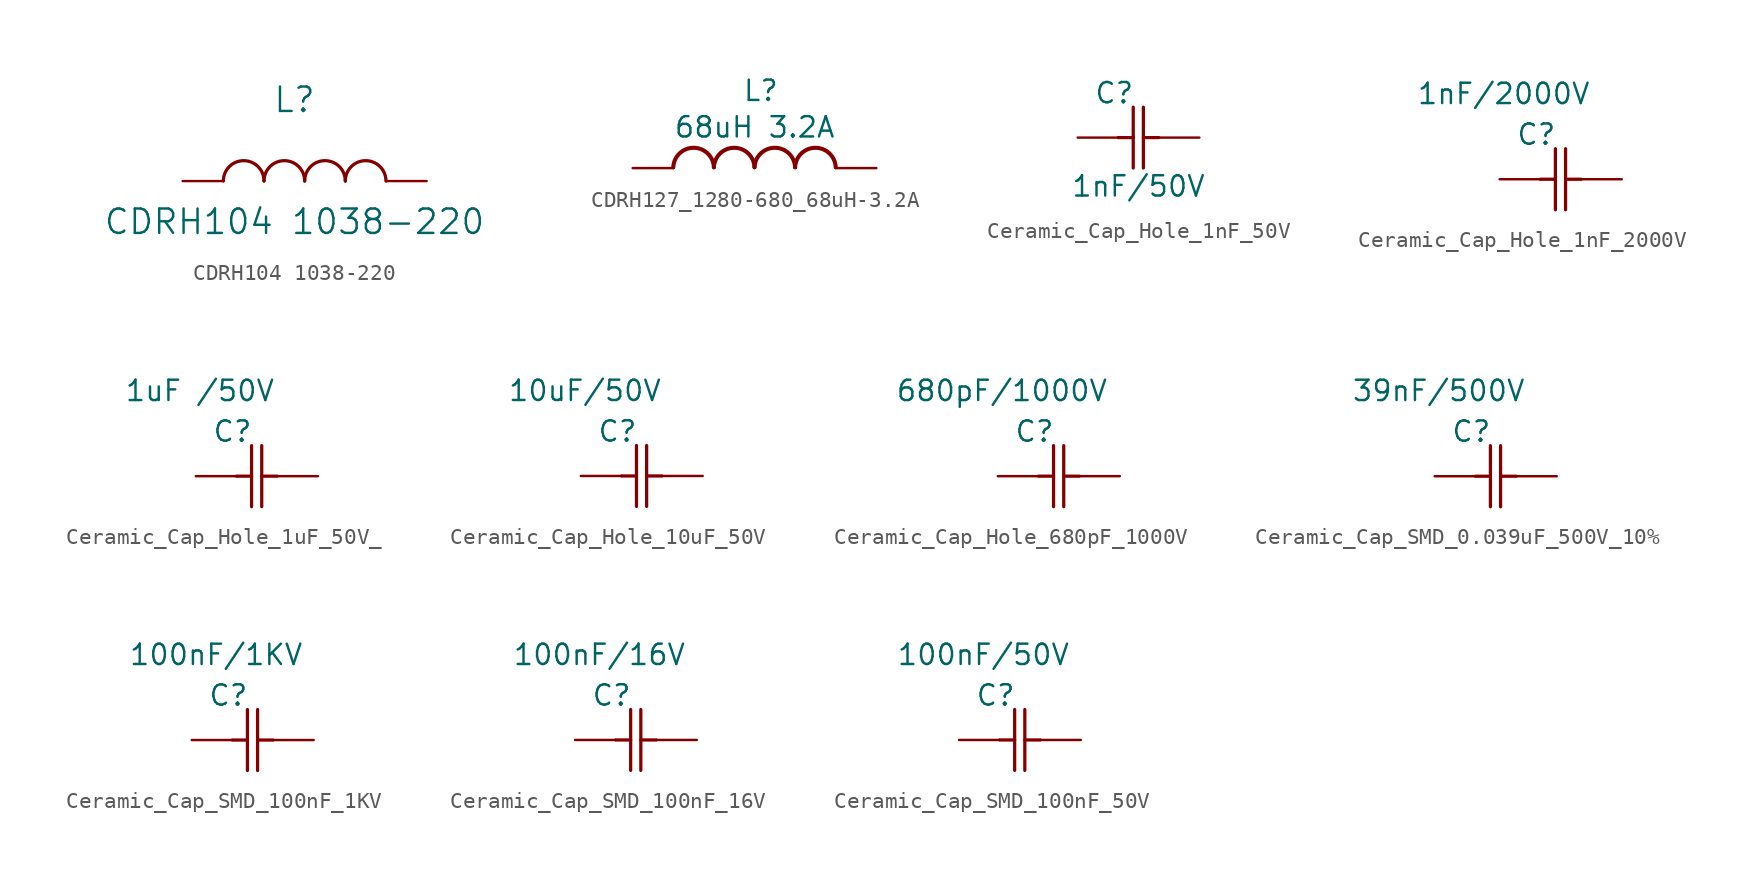
<source format=kicad_sym>
(kicad_symbol_lib
  (version 20231120)
  (generator "kicad_symbol_editor")
  (generator_version "8.0")
  (symbol "CDRH104 1038-220"
    (pin_numbers hide)
    (pin_names
      (offset 0.254) hide)
    (property "Reference" "L"
      (at 6.985 5.08 0)
      (effects (font (size 1.524 1.524))))
    (property "Value" "CDRH104 1038-220"
      (at 6.985 -2.54 0)
      (effects (font (size 1.524 1.524))))
    (symbol "CDRH104 1038-220_0_1"
      (arc (start 5.08 0.0056) (mid 3.81 1.27) (end 2.54 0.0056) (stroke (width 0.2032) (type default)) (fill (type none)))
      (arc (start 7.62 0.0056) (mid 6.35 1.27) (end 5.08 0.0056) (stroke (width 0.2032) (type default)) (fill (type none)))
      (arc (start 10.16 0.0056) (mid 8.89 1.27) (end 7.62 0.0056) (stroke (width 0.2032) (type default)) (fill (type none)))
      (arc (start 12.7 0.0056) (mid 11.43 1.27) (end 10.16 0.0056) (stroke (width 0.2032) (type default)) (fill (type none)))
      (pin unspecified line (at 15.24 0 180) (length 2.54) (name "1" (effects (font (size 1.27 1.27)))) (number "1" (effects (font (size 1.27 1.27)))))
      (pin unspecified line (at 0 0 0) (length 2.54) (name "2" (effects (font (size 1.27 1.27)))) (number "2" (effects (font (size 1.27 1.27)))))))
  (symbol "CDRH127_1280-680_68uH-3.2A"
    (pin_numbers hide)
    (pin_names hide)
    (property "Reference" "L"
      (at 6.858 5.588 0)
      (effects (font (size 1.27 1.27)) (justify left top)))
    (property "Value" "68uH 3.2A"
      (at 2.54 3.302 0)
      (effects (font (size 1.27 1.27)) (justify left top)))
    (symbol "CDRH127_1280-680_68uH-3.2A_1_1"
      (arc (start 5.08 0.0521) (mid 3.81 1.2711) (end 2.54 0.0521) (stroke (width 0.254) (type default)) (fill (type none)))
      (arc (start 7.62 0.0521) (mid 6.35 1.2711) (end 5.08 0.0521) (stroke (width 0.254) (type default)) (fill (type none)))
      (arc (start 10.16 0.0521) (mid 8.89 1.2711) (end 7.62 0.0521) (stroke (width 0.254) (type default)) (fill (type none)))
      (arc (start 12.7 0.0521) (mid 11.43 1.2711) (end 10.16 0.0521) (stroke (width 0.254) (type default)) (fill (type none)))
      (pin passive line (at 0 0 0) (length 2.54) (name "1" (effects (font (size 1.27 1.27)))) (number "1" (effects (font (size 1.27 1.27)))))
      (pin passive line (at 15.24 0 180) (length 2.54) (name "2" (effects (font (size 1.27 1.27)))) (number "2" (effects (font (size 1.27 1.27)))))))
  (symbol "Ceramic_Cap_Hole_1nF_50V"
    (pin_numbers hide)
    (pin_names hide)
    (property "Reference" "C"
      (at 2.286 2.794 0)
      (effects (font (size 1.27 1.27))))
    (property "Value" "1nF/50V"
      (at 3.81 -3.048 0)
      (effects (font (size 1.27 1.27))))
    (symbol "Ceramic_Cap_Hole_1nF_50V_1_1"
      (polyline (pts (xy 2.54 0) (xy 3.48 0)) (stroke (width 0.203) (type default)) (fill (type none)))
      (polyline (pts (xy 3.48 -1.905) (xy 3.48 1.905)) (stroke (width 0.203) (type default)) (fill (type none)))
      (polyline (pts (xy 4.115 -1.905) (xy 4.115 1.905)) (stroke (width 0.203) (type default)) (fill (type none)))
      (polyline (pts (xy 4.115 0) (xy 5.08 0)) (stroke (width 0.203) (type default)) (fill (type none)))
      (pin unspecified line (at 0 0 0) (length 2.54) (name "" (effects (font (size 1.27 1.27)))) (number "1" (effects (font (size 1.27 1.27)))))
      (pin unspecified line (at 7.62 0 180) (length 2.54) (name "" (effects (font (size 1.27 1.27)))) (number "2" (effects (font (size 1.27 1.27)))))))
  (symbol "Ceramic_Cap_Hole_1nF_2000V"
    (pin_numbers hide)
    (pin_names hide)
    (property "Reference" "C"
      (at 2.286 2.794 0)
      (effects (font (size 1.27 1.27))))
    (property "Value" "1nF/2000V"
      (at 0.254 5.334 0)
      (effects (font (size 1.27 1.27))))
    (symbol "Ceramic_Cap_Hole_1nF_2000V_1_1"
      (polyline (pts (xy 2.54 0) (xy 3.48 0)) (stroke (width 0.203) (type default)) (fill (type none)))
      (polyline (pts (xy 3.48 -1.905) (xy 3.48 1.905)) (stroke (width 0.203) (type default)) (fill (type none)))
      (polyline (pts (xy 4.115 -1.905) (xy 4.115 1.905)) (stroke (width 0.203) (type default)) (fill (type none)))
      (polyline (pts (xy 4.115 0) (xy 5.08 0)) (stroke (width 0.203) (type default)) (fill (type none)))
      (pin unspecified line (at 0 0 0) (length 2.54) (name "" (effects (font (size 1.27 1.27)))) (number "1" (effects (font (size 1.27 1.27)))))
      (pin unspecified line (at 7.62 0 180) (length 2.54) (name "" (effects (font (size 1.27 1.27)))) (number "2" (effects (font (size 1.27 1.27)))))))
  (symbol "Ceramic_Cap_Hole_1uF_50V_"
    (pin_numbers hide)
    (pin_names hide)
    (property "Reference" "C"
      (at 2.286 2.794 0)
      (effects (font (size 1.27 1.27))))
    (property "Value" "1uF /50V"
      (at 0.254 5.334 0)
      (effects (font (size 1.27 1.27))))
    (symbol "Ceramic_Cap_Hole_1uF_50V__1_1"
      (polyline (pts (xy 2.54 0) (xy 3.48 0)) (stroke (width 0.203) (type default)) (fill (type none)))
      (polyline (pts (xy 3.48 -1.905) (xy 3.48 1.905)) (stroke (width 0.203) (type default)) (fill (type none)))
      (polyline (pts (xy 4.115 -1.905) (xy 4.115 1.905)) (stroke (width 0.203) (type default)) (fill (type none)))
      (polyline (pts (xy 4.115 0) (xy 5.08 0)) (stroke (width 0.203) (type default)) (fill (type none)))
      (pin unspecified line (at 0 0 0) (length 2.54) (name "" (effects (font (size 1.27 1.27)))) (number "1" (effects (font (size 1.27 1.27)))))
      (pin unspecified line (at 7.62 0 180) (length 2.54) (name "" (effects (font (size 1.27 1.27)))) (number "2" (effects (font (size 1.27 1.27)))))))
  (symbol "Ceramic_Cap_Hole_10uF_50V"
    (pin_numbers hide)
    (pin_names hide)
    (property "Reference" "C"
      (at 2.286 2.794 0)
      (effects (font (size 1.27 1.27))))
    (property "Value" "10uF/50V"
      (at 0.254 5.334 0)
      (effects (font (size 1.27 1.27))))
    (symbol "Ceramic_Cap_Hole_10uF_50V_1_1"
      (polyline (pts (xy 2.54 0) (xy 3.48 0)) (stroke (width 0.203) (type default)) (fill (type none)))
      (polyline (pts (xy 3.48 -1.905) (xy 3.48 1.905)) (stroke (width 0.203) (type default)) (fill (type none)))
      (polyline (pts (xy 4.115 -1.905) (xy 4.115 1.905)) (stroke (width 0.203) (type default)) (fill (type none)))
      (polyline (pts (xy 4.115 0) (xy 5.08 0)) (stroke (width 0.203) (type default)) (fill (type none)))
      (pin unspecified line (at 0 0 0) (length 2.54) (name "" (effects (font (size 1.27 1.27)))) (number "1" (effects (font (size 1.27 1.27)))))
      (pin unspecified line (at 7.62 0 180) (length 2.54) (name "" (effects (font (size 1.27 1.27)))) (number "2" (effects (font (size 1.27 1.27)))))))
  (symbol "Ceramic_Cap_Hole_680pF_1000V"
    (pin_numbers hide)
    (pin_names hide)
    (property "Reference" "C"
      (at 2.286 2.794 0)
      (effects (font (size 1.27 1.27))))
    (property "Value" "680pF/1000V"
      (at 0.254 5.334 0)
      (effects (font (size 1.27 1.27))))
    (symbol "Ceramic_Cap_Hole_680pF_1000V_1_1"
      (polyline (pts (xy 2.54 0) (xy 3.48 0)) (stroke (width 0.203) (type default)) (fill (type none)))
      (polyline (pts (xy 3.48 -1.905) (xy 3.48 1.905)) (stroke (width 0.203) (type default)) (fill (type none)))
      (polyline (pts (xy 4.115 -1.905) (xy 4.115 1.905)) (stroke (width 0.203) (type default)) (fill (type none)))
      (polyline (pts (xy 4.115 0) (xy 5.08 0)) (stroke (width 0.203) (type default)) (fill (type none)))
      (pin unspecified line (at 0 0 0) (length 2.54) (name "" (effects (font (size 1.27 1.27)))) (number "1" (effects (font (size 1.27 1.27)))))
      (pin unspecified line (at 7.62 0 180) (length 2.54) (name "" (effects (font (size 1.27 1.27)))) (number "2" (effects (font (size 1.27 1.27)))))))
  (symbol "Ceramic_Cap_SMD_0.039uF_500V_10%"
    (pin_numbers hide)
    (pin_names hide)
    (property "Reference" "C"
      (at 2.286 2.794 0)
      (effects (font (size 1.27 1.27))))
    (property "Value" "39nF/500V"
      (at 0.254 5.334 0)
      (effects (font (size 1.27 1.27))))
    (symbol "Ceramic_Cap_SMD_0.039uF_500V_10%_1_1"
      (polyline (pts (xy 2.54 0) (xy 3.48 0)) (stroke (width 0.203) (type default)) (fill (type none)))
      (polyline (pts (xy 3.48 -1.905) (xy 3.48 1.905)) (stroke (width 0.203) (type default)) (fill (type none)))
      (polyline (pts (xy 4.115 -1.905) (xy 4.115 1.905)) (stroke (width 0.203) (type default)) (fill (type none)))
      (polyline (pts (xy 4.115 0) (xy 5.08 0)) (stroke (width 0.203) (type default)) (fill (type none)))
      (pin unspecified line (at 0 0 0) (length 2.54) (name "" (effects (font (size 1.27 1.27)))) (number "1" (effects (font (size 1.27 1.27)))))
      (pin unspecified line (at 7.62 0 180) (length 2.54) (name "" (effects (font (size 1.27 1.27)))) (number "2" (effects (font (size 1.27 1.27)))))))
  (symbol "Ceramic_Cap_SMD_100nF_1KV"
    (pin_numbers hide)
    (pin_names hide)
    (property "Reference" "C"
      (at 1.016 2.794 0)
      (effects (font (size 1.27 1.27))))
    (property "Value" "100nF/1KV"
      (at 0.254 5.334 0)
      (effects (font (size 1.27 1.27))))
    (symbol "Ceramic_Cap_SMD_100nF_1KV_1_1"
      (polyline (pts (xy 1.27 0) (xy 2.21 0)) (stroke (width 0.203) (type default)) (fill (type none)))
      (polyline (pts (xy 2.21 -1.905) (xy 2.21 1.905)) (stroke (width 0.203) (type default)) (fill (type none)))
      (polyline (pts (xy 2.845 -1.905) (xy 2.845 1.905)) (stroke (width 0.203) (type default)) (fill (type none)))
      (polyline (pts (xy 2.845 0) (xy 3.81 0)) (stroke (width 0.203) (type default)) (fill (type none)))
      (pin unspecified line (at -1.27 0 0) (length 2.54) (name "" (effects (font (size 1.27 1.27)))) (number "1" (effects (font (size 1.27 1.27)))))
      (pin unspecified line (at 6.35 0 180) (length 2.54) (name "" (effects (font (size 1.27 1.27)))) (number "2" (effects (font (size 1.27 1.27)))))))
  (symbol "Ceramic_Cap_SMD_100nF_16V"
    (pin_numbers hide)
    (pin_names hide)
    (property "Reference" "C"
      (at 1.016 2.794 0)
      (effects (font (size 1.27 1.27))))
    (property "Value" "100nF/16V"
      (at 0.254 5.334 0)
      (effects (font (size 1.27 1.27))))
    (symbol "Ceramic_Cap_SMD_100nF_16V_1_1"
      (polyline (pts (xy 1.27 0) (xy 2.21 0)) (stroke (width 0.203) (type default)) (fill (type none)))
      (polyline (pts (xy 2.21 -1.905) (xy 2.21 1.905)) (stroke (width 0.203) (type default)) (fill (type none)))
      (polyline (pts (xy 2.845 -1.905) (xy 2.845 1.905)) (stroke (width 0.203) (type default)) (fill (type none)))
      (polyline (pts (xy 2.845 0) (xy 3.81 0)) (stroke (width 0.203) (type default)) (fill (type none)))
      (pin unspecified line (at -1.27 0 0) (length 2.54) (name "" (effects (font (size 1.27 1.27)))) (number "1" (effects (font (size 1.27 1.27)))))
      (pin unspecified line (at 6.35 0 180) (length 2.54) (name "" (effects (font (size 1.27 1.27)))) (number "2" (effects (font (size 1.27 1.27)))))))
  (symbol "Ceramic_Cap_SMD_100nF_50V"
    (pin_numbers hide)
    (pin_names hide)
    (property "Reference" "C"
      (at 1.016 2.794 0)
      (effects (font (size 1.27 1.27))))
    (property "Value" "100nF/50V"
      (at 0.254 5.334 0)
      (effects (font (size 1.27 1.27))))
    (symbol "Ceramic_Cap_SMD_100nF_50V_1_1"
      (polyline (pts (xy 1.27 0) (xy 2.21 0)) (stroke (width 0.203) (type default)) (fill (type none)))
      (polyline (pts (xy 2.21 -1.905) (xy 2.21 1.905)) (stroke (width 0.203) (type default)) (fill (type none)))
      (polyline (pts (xy 2.845 -1.905) (xy 2.845 1.905)) (stroke (width 0.203) (type default)) (fill (type none)))
      (polyline (pts (xy 2.845 0) (xy 3.81 0)) (stroke (width 0.203) (type default)) (fill (type none)))
      (pin unspecified line (at -1.27 0 0) (length 2.54) (name "" (effects (font (size 1.27 1.27)))) (number "1" (effects (font (size 1.27 1.27)))))
      (pin unspecified line (at 6.35 0 180) (length 2.54) (name "" (effects (font (size 1.27 1.27)))) (number "2" (effects (font (size 1.27 1.27))))))))
</source>
